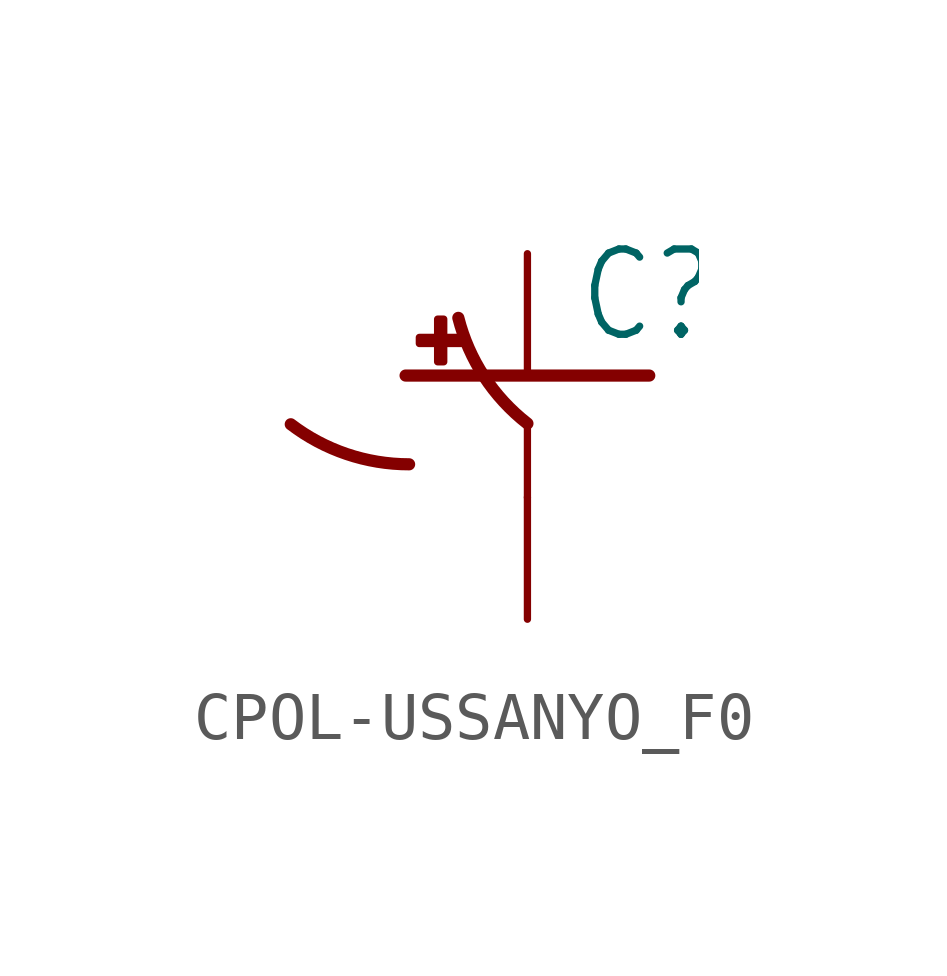
<source format=kicad_sym>
(kicad_symbol_lib
  (version 20241209)
  (generator "kicad_symbol_editor")
  (generator_version "9.0")
  (symbol "CPOL-USSANYO_F0"
    (property "Reference" "C"
      (at 1.016 0.635 0)
      (effects (font (size 1.778 1.511)) (justify left bottom)))
    (property "Value" ""
      (at 1.016 -4.191 0)
      (effects (font (size 1.778 1.511)) (justify left bottom)))
    (property "ki_locked" ""
      (at 0 0 0)
      (effects (font (size 1.27 1.27))))
    (symbol "CPOL-USSANYO_F0_1_0"
      (polyline (pts (xy -2.54 0) (xy 2.54 0)) (stroke (width 0.254) (type solid)) (fill (type none)))
      (arc (start -2.4669 -1.8504) (mid -3.7689 -1.6361) (end -4.9337 -1.0159) (stroke (width 0.254) (type solid)) (fill (type none)))
      (rectangle (start -2.253 0.668) (end -1.364 0.795) (stroke (width 0) (type default)) (fill (type outline)))
      (rectangle (start -1.872 0.287) (end -1.745 1.176) (stroke (width 0) (type default)) (fill (type outline)))
      (polyline (pts (xy 0 -1.016) (xy 0 -2.54)) (stroke (width 0.152) (type solid)) (fill (type none)))
      (arc (start 0 -1) (mid -0.9038 -0.0189) (end -1.4403 1.2025) (stroke (width 0.254) (type solid)) (fill (type none)))
      (pin passive line (at 0 2.54 270) (length 2.54) (name "+" (effects (font (size 0 0)))) (number "+" (effects (font (size 0 0)))))
      (pin passive line (at 0 -5.08 90) (length 2.54) (name "-" (effects (font (size 0 0)))) (number "-" (effects (font (size 0 0))))))))
</source>
